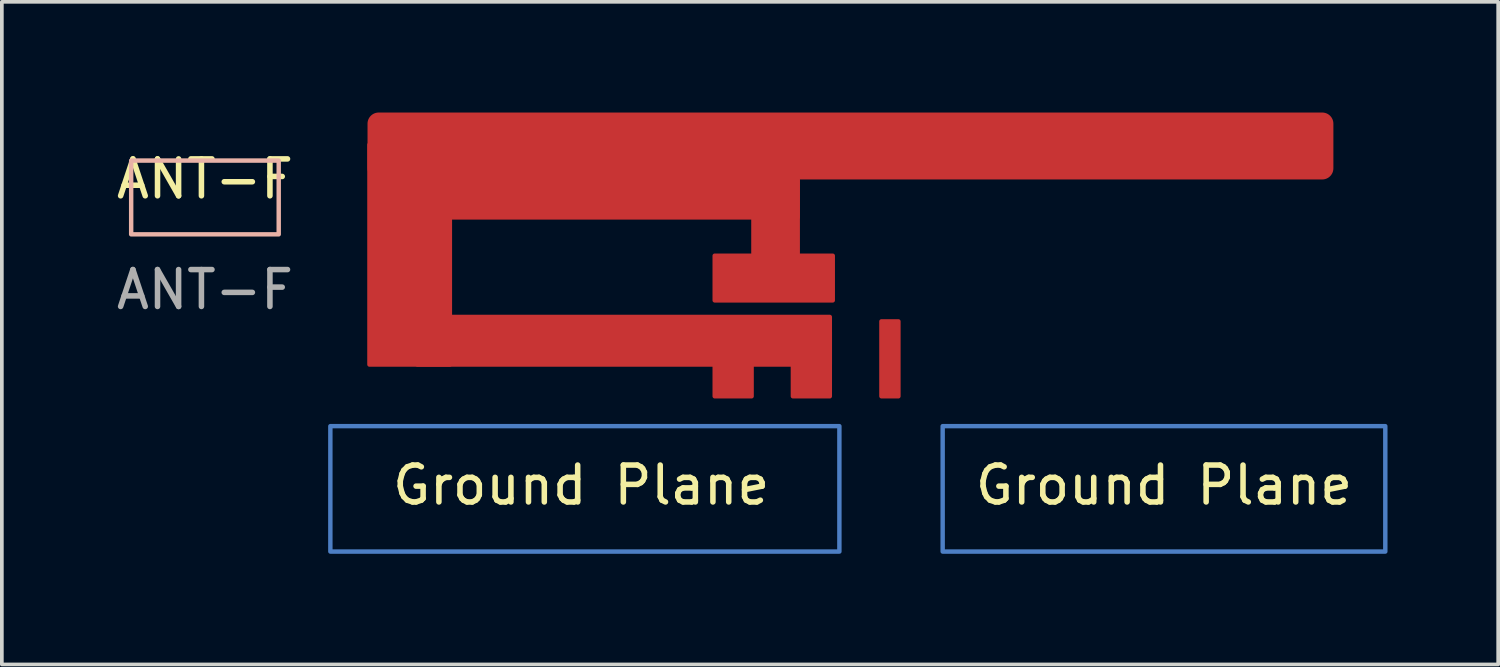
<source format=kicad_pcb>
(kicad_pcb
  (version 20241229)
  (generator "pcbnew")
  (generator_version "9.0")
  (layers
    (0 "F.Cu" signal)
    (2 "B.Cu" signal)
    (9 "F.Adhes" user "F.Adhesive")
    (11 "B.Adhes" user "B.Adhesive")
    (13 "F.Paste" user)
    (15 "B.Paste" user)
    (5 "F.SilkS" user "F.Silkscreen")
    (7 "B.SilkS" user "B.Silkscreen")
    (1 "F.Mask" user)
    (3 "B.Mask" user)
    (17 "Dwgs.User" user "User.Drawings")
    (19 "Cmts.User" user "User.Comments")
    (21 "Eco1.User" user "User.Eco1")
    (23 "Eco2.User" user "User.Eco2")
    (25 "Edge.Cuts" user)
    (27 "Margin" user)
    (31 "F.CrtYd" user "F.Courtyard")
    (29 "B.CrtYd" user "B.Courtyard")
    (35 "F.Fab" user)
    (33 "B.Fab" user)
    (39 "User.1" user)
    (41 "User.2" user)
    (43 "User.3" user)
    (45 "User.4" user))
  (footprint "ANT-F"
    (layer "F.Cu")
    (at 2.506 2.303)
    (property "Reference" "ANT-F" (at 0 -0.5 0) (unlocked yes) (layer "F.SilkS") (effects (font (size 1 1) (thickness 0.15))))
    (attr smd)
    (fp_rect (start 4.46 -1.43) (end 6.64 4.53) (stroke (width 0.12) (type solid)) (fill yes) (layer "F.Cu"))
    (fp_rect (start 4.71 -2) (end 30.29 -0.79) (stroke (width 0.605) (type solid)) (fill yes) (layer "F.Cu"))
    (fp_rect (start 5.335 -0.46) (end 16.065 0.54) (stroke (width 0.12) (type solid)) (fill yes) (layer "F.Cu"))
    (fp_rect (start 5.76 3.24) (end 16.94 4.53) (stroke (width 0.12) (type solid)) (fill yes) (layer "F.Cu"))
    (fp_rect (start 13.82 1.58) (end 17.02 2.79) (stroke (width 0.12) (type solid)) (fill yes) (layer "F.Cu"))
    (fp_rect (start 13.82 3.65) (end 14.82 5.39) (stroke (width 0.12) (type solid)) (fill yes) (layer "F.Cu"))
    (fp_rect (start 15.94 3.65) (end 16.94 5.39) (stroke (width 0.12) (type solid)) (fill yes) (layer "F.Cu"))
    (fp_rect (start 16.07 -1.66) (end 14.87 1.52) (stroke (width 0.12) (type solid)) (fill yes) (layer "F.Cu"))
    (fp_rect (start 18.34 3.36) (end 18.8 5.39) (stroke (width 0.12) (type solid)) (fill yes) (layer "F.Cu"))
    (fp_rect (start 17.2 6.2) (end 3.4 9.6) (stroke (width 0.12) (type solid)) (fill no) (layer "B.Cu"))
    (fp_rect (start 20 6.2) (end 32 9.6) (stroke (width 0.12) (type solid)) (fill no) (layer "B.Cu"))
    (fp_rect (start 2 -1) (end -2 1) (stroke (width 0.12) (type solid)) (fill no) (layer "B.SilkS"))
    (fp_text user "Ground Plane" (at 10.2 7.8 0) (unlocked yes) (layer "F.SilkS") (effects (font (size 1 1) (thickness 0.15))))
    (fp_text user "Ground Plane" (at 26 7.8 0) (unlocked yes) (layer "F.SilkS") (effects (font (size 1 1) (thickness 0.15))))
    (fp_text user "${REFERENCE}" (at 0 2.5 0) (unlocked yes) (layer "F.Fab") (effects (font (size 1 1) (thickness 0.15))))
    (zone (net_name "") (layers "F.Cu" "F.SilkS") (hatch edge 0.508) (connect_pads) (min_thickness 0.254) (filled_areas_thickness no) (keepout (tracks not_allowed) (vias not_allowed) (pads not_allowed) (copperpour allowed) (footprints allowed)) (placement (enabled no)) (fill) (polygon (pts (xy 21.106 4.902) (xy 20.106 4.902) (xy 20.106 4.303) (xy 21.106 4.303)))))
  (gr_rect
    (start -3 -3)
    (end 37.566 14.963)
    (stroke (width 0.1) (type default))
    (fill no)
    (layer "Edge.Cuts")))
</source>
